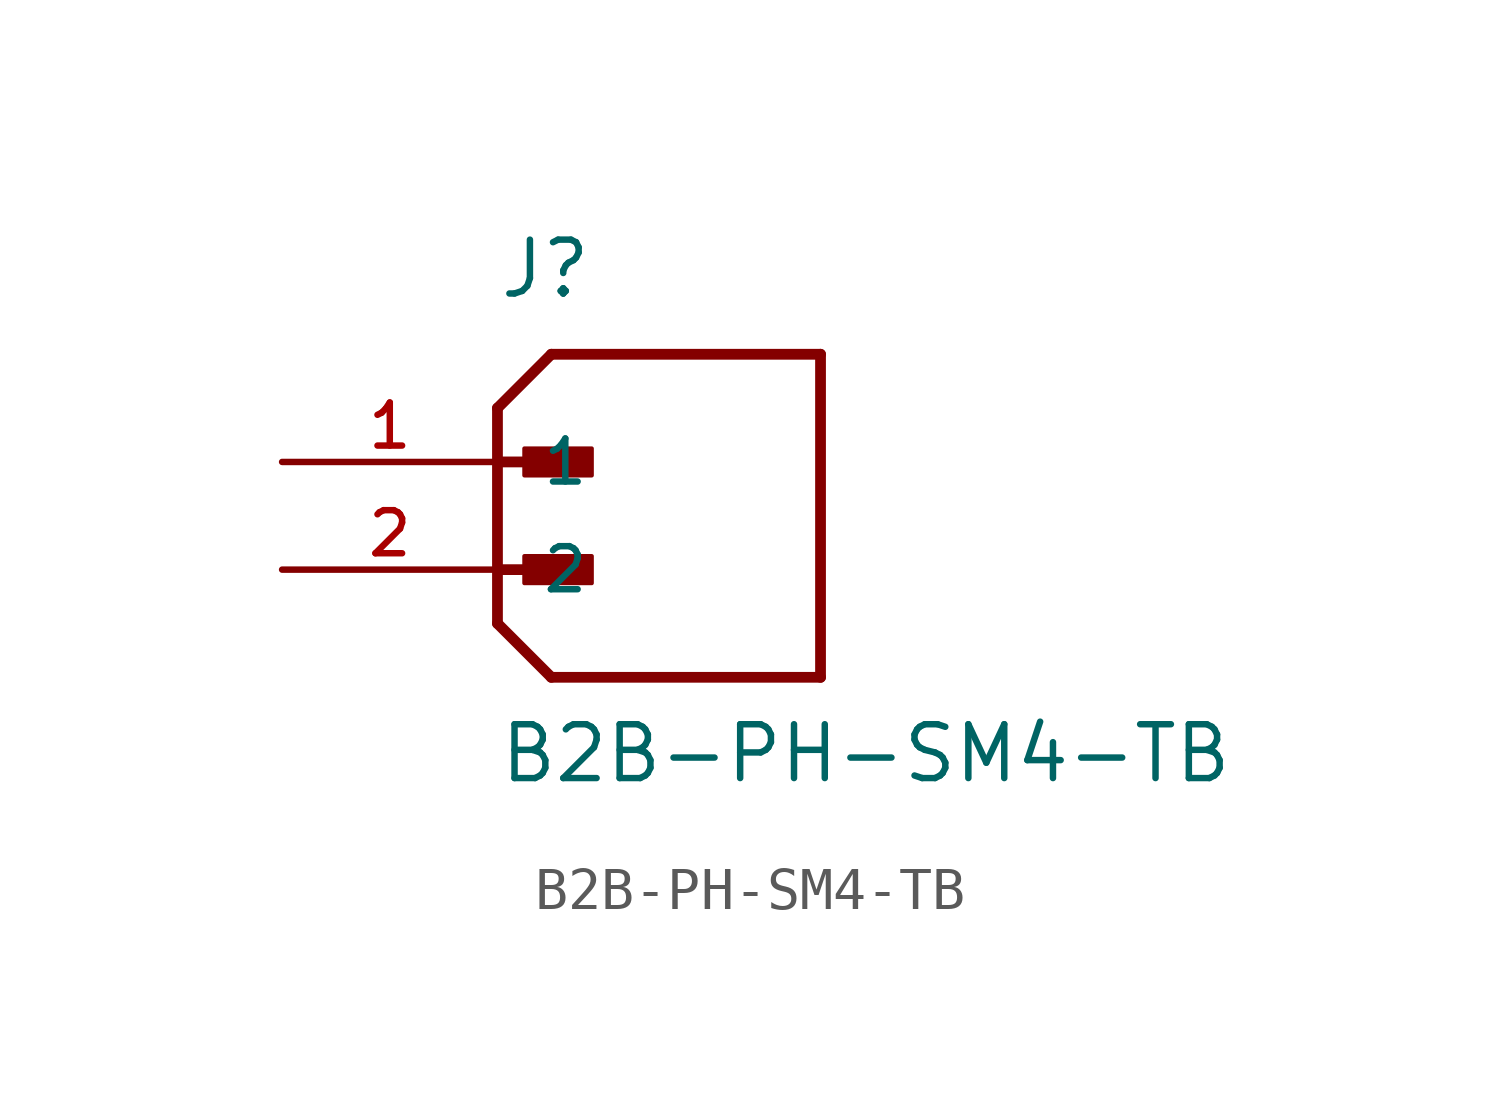
<source format=kicad_sym>
(kicad_symbol_lib
  (version 20211014)
  (generator kicad_symbol_editor)
  (symbol "B2B-PH-SM4-TB"
    (pin_names
      (offset 1.016))
    (property "Reference" "J"
      (at 0.0 6.35 0)
      (effects (font (size 1.27 1.27)) (justify bottom left)))
    (property "Value" "B2B-PH-SM4-TB"
      (at 0.0 -5.08 0)
      (effects (font (size 1.27 1.27)) (justify bottom left)))
    (symbol "B2B-PH-SM4-TB_0_0"
      (polyline (pts (xy 0.0 3.81) (xy 1.27 5.08)) (stroke (width 0.254)))
      (polyline (pts (xy 0.0 3.81) (xy 0.0 2.54)) (stroke (width 0.254)))
      (polyline (pts (xy 0.0 2.54) (xy 0.0 -1.27)) (stroke (width 0.254)))
      (polyline (pts (xy 0.0 -1.27) (xy 1.27 -2.54)) (stroke (width 0.254)))
      (polyline (pts (xy 1.27 -2.54) (xy 7.62 -2.54)) (stroke (width 0.254)))
      (polyline (pts (xy 7.62 -2.54) (xy 7.62 5.08)) (stroke (width 0.254)))
      (polyline (pts (xy 7.62 5.08) (xy 1.27 5.08)) (stroke (width 0.254)))
      (polyline (pts (xy 0.0 2.54) (xy 1.905 2.54)) (stroke (width 0.254)))
      (rectangle (start 0.635 2.223) (end 2.223 2.857) (stroke (width 0.1)) (fill (type outline)))
      (polyline (pts (xy 0.0 0.0) (xy 1.905 0.0)) (stroke (width 0.254)))
      (rectangle (start 0.635 -0.318) (end 2.223 0.318) (stroke (width 0.1)) (fill (type outline)))
      (pin passive line (at -5.08 2.54 0) (length 5.08) (name "1" (effects (font (size 1.016 1.016)))) (number "1" (effects (font (size 1.016 1.016)))))
      (pin passive line (at -5.08 0.0 0) (length 5.08) (name "2" (effects (font (size 1.016 1.016)))) (number "2" (effects (font (size 1.016 1.016))))))))
</source>
